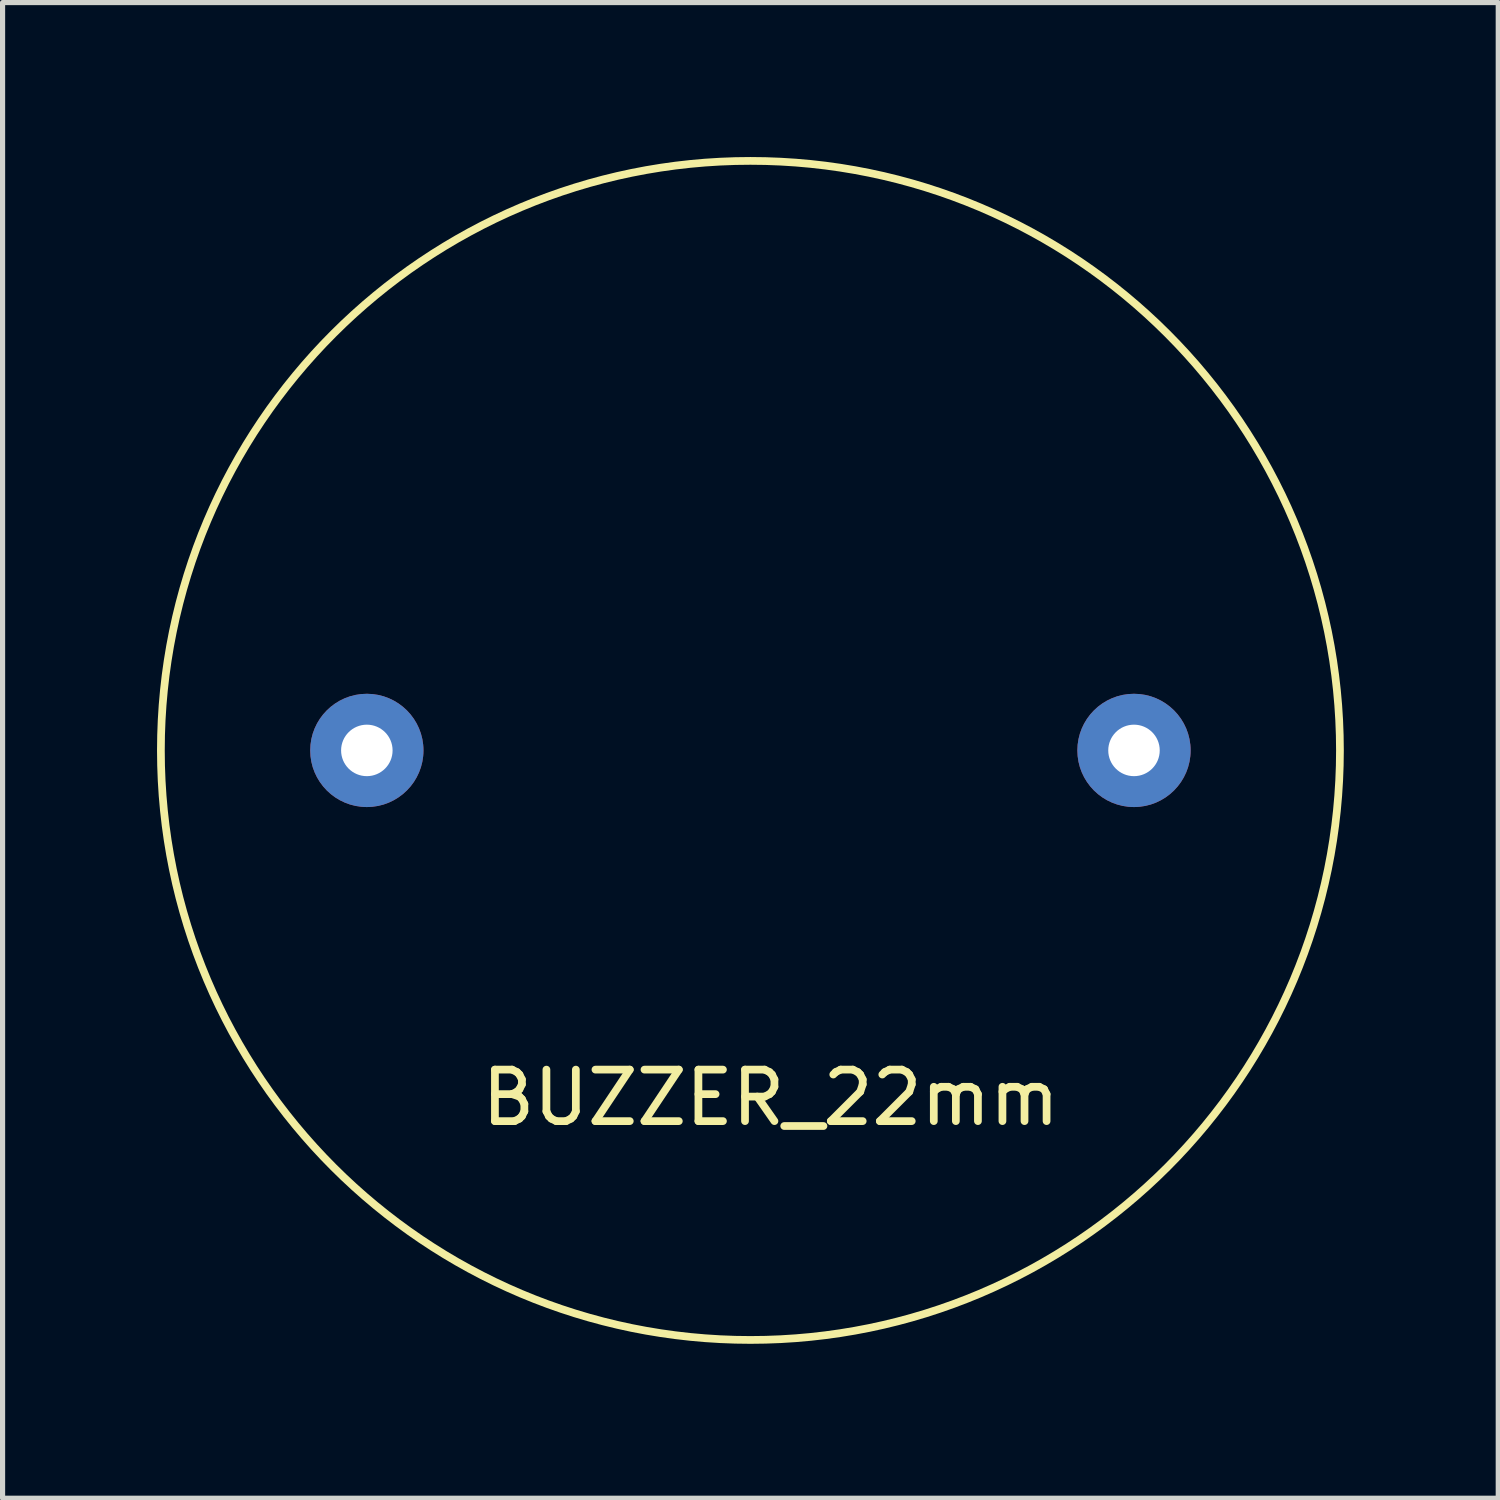
<source format=kicad_pcb>
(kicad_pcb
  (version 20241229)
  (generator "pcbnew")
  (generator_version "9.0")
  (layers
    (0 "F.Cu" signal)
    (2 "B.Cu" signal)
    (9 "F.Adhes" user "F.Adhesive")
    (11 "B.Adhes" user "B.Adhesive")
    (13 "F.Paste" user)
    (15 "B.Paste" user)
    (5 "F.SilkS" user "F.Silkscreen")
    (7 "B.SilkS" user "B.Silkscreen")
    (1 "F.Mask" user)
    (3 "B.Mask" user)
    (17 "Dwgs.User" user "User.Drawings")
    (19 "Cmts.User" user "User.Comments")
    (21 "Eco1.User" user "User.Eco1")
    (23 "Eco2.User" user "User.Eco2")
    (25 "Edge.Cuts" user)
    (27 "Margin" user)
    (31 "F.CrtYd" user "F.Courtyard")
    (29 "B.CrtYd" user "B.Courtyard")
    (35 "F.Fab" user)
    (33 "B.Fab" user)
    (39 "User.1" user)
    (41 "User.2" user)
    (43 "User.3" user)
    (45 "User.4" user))
  (footprint "BUZZER_22mm"
    (layer "F.Cu")
    (at 11.525 11.525)
    (property "Reference" "BUZZER_22mm" (at 0.395 6.745 0) (layer "F.SilkS") (effects (font (size 1 1) (thickness 0.15))))
    (attr through_hole)
    (fp_circle (center 0 0) (end 11.45 -0.04) (stroke (width 0.15) (type solid)) (fill no) (layer "F.SilkS"))
    (pad "1" thru_hole circle (at -7.45 0) (size 2.2 2.2) (drill 1) (layers "*.Cu" "*.Mask"))
    (pad "2" thru_hole circle (at 7.45 0) (size 2.2 2.2) (drill 1) (layers "*.Cu" "*.Mask")))
  (gr_rect
    (start -3 -3)
    (end 26.05 26.05)
    (stroke (width 0.1) (type default))
    (fill no)
    (layer "Edge.Cuts")))
</source>
